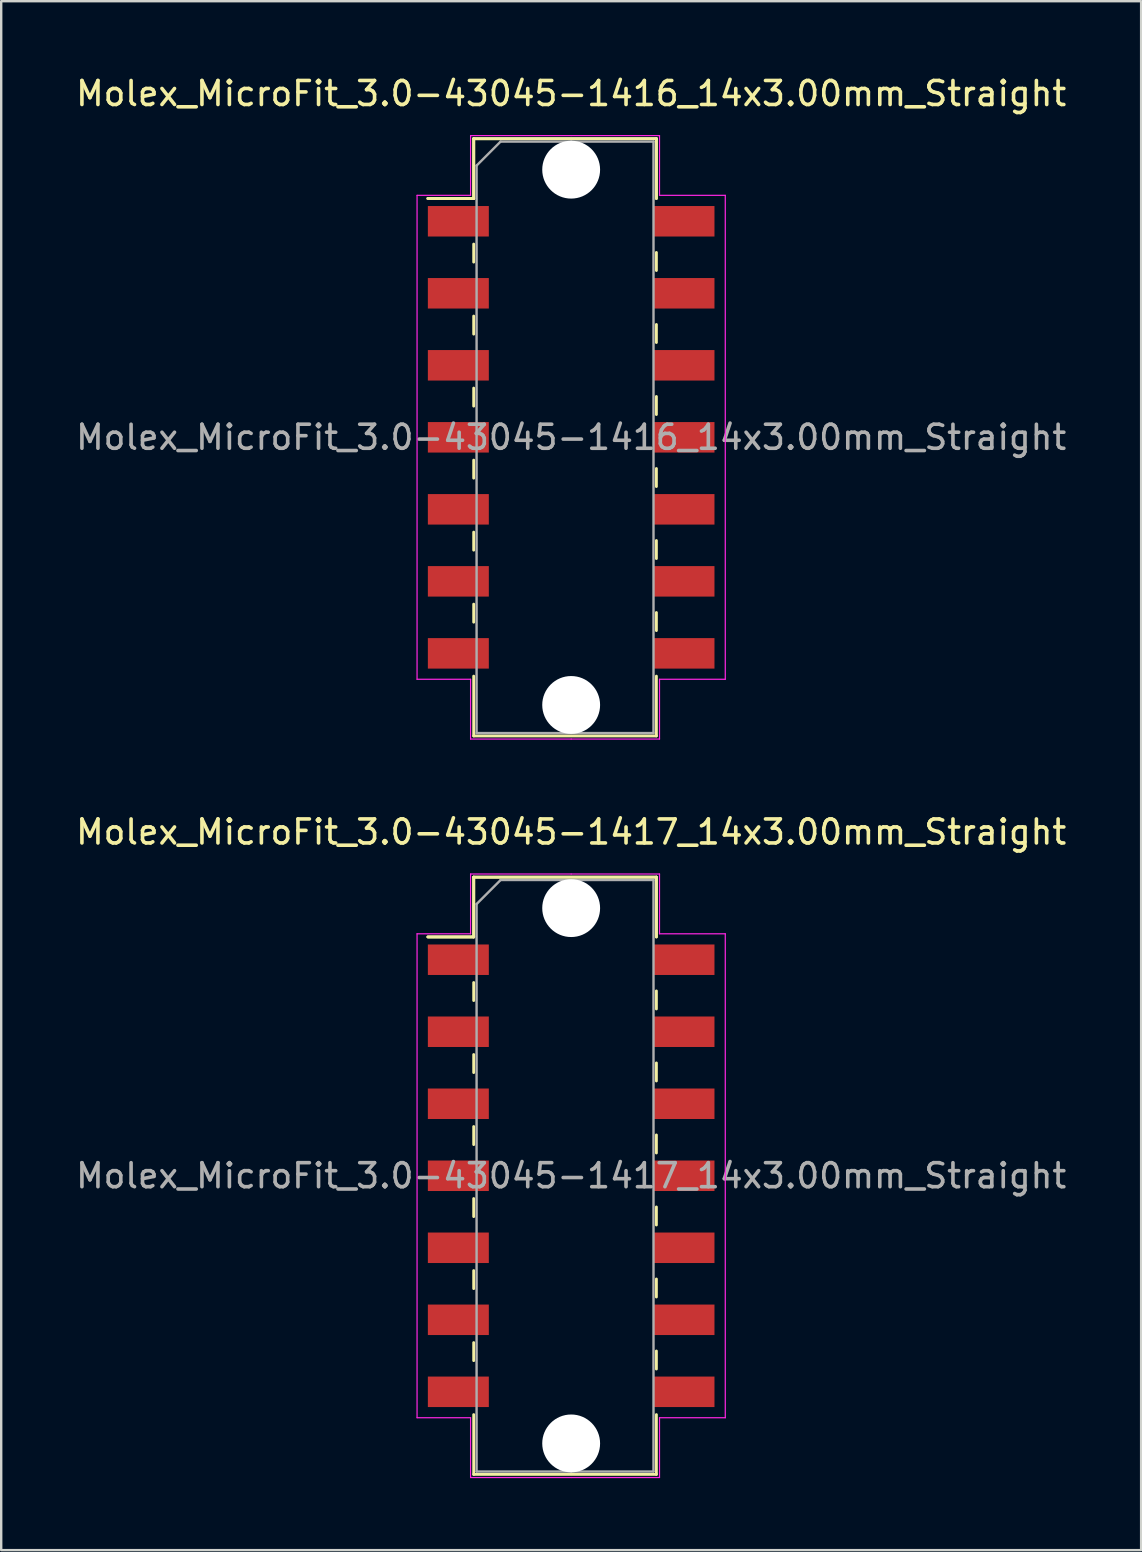
<source format=kicad_pcb>
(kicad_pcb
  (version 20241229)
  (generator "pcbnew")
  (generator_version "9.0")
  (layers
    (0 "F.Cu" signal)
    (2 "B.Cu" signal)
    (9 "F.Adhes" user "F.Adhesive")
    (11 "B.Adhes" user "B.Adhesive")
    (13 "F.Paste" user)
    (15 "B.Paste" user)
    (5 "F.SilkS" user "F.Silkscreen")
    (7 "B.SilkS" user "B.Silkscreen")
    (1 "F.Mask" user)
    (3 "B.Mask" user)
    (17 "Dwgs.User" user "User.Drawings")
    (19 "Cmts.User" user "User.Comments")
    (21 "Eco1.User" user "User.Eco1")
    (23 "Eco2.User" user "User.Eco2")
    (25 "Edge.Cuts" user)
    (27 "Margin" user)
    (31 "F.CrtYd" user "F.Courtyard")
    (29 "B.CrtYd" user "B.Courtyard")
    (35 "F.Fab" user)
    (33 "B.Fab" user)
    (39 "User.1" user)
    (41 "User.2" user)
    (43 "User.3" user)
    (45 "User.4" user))
  (footprint "Molex_MicroFit_3.0-43045-1417_14x3.00mm_Straight"
    (layer "F.Cu")
    (at 20.744 45.931)
    (property "Reference" "Molex_MicroFit_3.0-43045-1417_14x3.00mm_Straight" (at 0 -14.32 0) (layer "F.SilkS") (effects (font (size 1 1) (thickness 0.15))))
    (attr smd)
    (fp_line (start -5.97 -9.95) (end -4.06 -9.95) (stroke (width 0.12) (type solid)) (layer "F.SilkS"))
    (fp_line (start -5.97 -9.95) (end -4.06 -9.95) (stroke (width 0.12) (type solid)) (layer "F.SilkS"))
    (fp_line (start -4.06 -12.44) (end 3.55 -12.44) (stroke (width 0.12) (type solid)) (layer "F.SilkS"))
    (fp_line (start -4.06 -12.44) (end 3.55 -12.44) (stroke (width 0.12) (type solid)) (layer "F.SilkS"))
    (fp_line (start -4.06 -9.95) (end -4.06 -12.44) (stroke (width 0.12) (type solid)) (layer "F.SilkS"))
    (fp_line (start -4.06 -9.95) (end -4.06 -12.44) (stroke (width 0.12) (type solid)) (layer "F.SilkS"))
    (fp_line (start -4.06 -8.05) (end -4.06 -7.3) (stroke (width 0.12) (type solid)) (layer "F.SilkS"))
    (fp_line (start -4.06 -5.05) (end -4.06 -4.3) (stroke (width 0.12) (type solid)) (layer "F.SilkS"))
    (fp_line (start -4.06 -2.05) (end -4.06 -1.3) (stroke (width 0.12) (type solid)) (layer "F.SilkS"))
    (fp_line (start -4.06 0.95) (end -4.06 1.7) (stroke (width 0.12) (type solid)) (layer "F.SilkS"))
    (fp_line (start -4.06 3.95) (end -4.06 4.7) (stroke (width 0.12) (type solid)) (layer "F.SilkS"))
    (fp_line (start -4.06 6.95) (end -4.06 7.7) (stroke (width 0.12) (type solid)) (layer "F.SilkS"))
    (fp_line (start -4.06 12.44) (end -4.06 9.95) (stroke (width 0.12) (type solid)) (layer "F.SilkS"))
    (fp_line (start 3.55 -12.44) (end 3.55 -9.95) (stroke (width 0.12) (type solid)) (layer "F.SilkS"))
    (fp_line (start 3.55 -12.44) (end 3.55 -9.95) (stroke (width 0.12) (type solid)) (layer "F.SilkS"))
    (fp_line (start 3.55 -6.95) (end 3.55 -7.7) (stroke (width 0.12) (type solid)) (layer "F.SilkS"))
    (fp_line (start 3.55 -3.95) (end 3.55 -4.7) (stroke (width 0.12) (type solid)) (layer "F.SilkS"))
    (fp_line (start 3.55 -0.95) (end 3.55 -1.7) (stroke (width 0.12) (type solid)) (layer "F.SilkS"))
    (fp_line (start 3.55 2.05) (end 3.55 1.3) (stroke (width 0.12) (type solid)) (layer "F.SilkS"))
    (fp_line (start 3.55 5.05) (end 3.55 4.3) (stroke (width 0.12) (type solid)) (layer "F.SilkS"))
    (fp_line (start 3.55 8.05) (end 3.55 7.3) (stroke (width 0.12) (type solid)) (layer "F.SilkS"))
    (fp_line (start 3.55 9.95) (end 3.55 12.44) (stroke (width 0.12) (type solid)) (layer "F.SilkS"))
    (fp_line (start 3.55 12.44) (end -4.06 12.44) (stroke (width 0.12) (type solid)) (layer "F.SilkS"))
    (fp_line (start -6.42 -10.08) (end -4.19 -10.08) (stroke (width 0.05) (type solid)) (layer "F.CrtYd"))
    (fp_line (start -6.42 10.08) (end -6.42 -10.08) (stroke (width 0.05) (type solid)) (layer "F.CrtYd"))
    (fp_line (start -4.19 -12.57) (end 0 -12.57) (stroke (width 0.05) (type solid)) (layer "F.CrtYd"))
    (fp_line (start -4.19 -10.08) (end -4.19 -12.57) (stroke (width 0.05) (type solid)) (layer "F.CrtYd"))
    (fp_line (start -4.19 10.08) (end -6.42 10.08) (stroke (width 0.05) (type solid)) (layer "F.CrtYd"))
    (fp_line (start -4.19 12.57) (end -4.19 10.08) (stroke (width 0.05) (type solid)) (layer "F.CrtYd"))
    (fp_line (start 0 -12.57) (end 3.68 -12.57) (stroke (width 0.05) (type solid)) (layer "F.CrtYd"))
    (fp_line (start 0 12.57) (end -4.19 12.57) (stroke (width 0.05) (type solid)) (layer "F.CrtYd"))
    (fp_line (start 3.68 -12.57) (end 3.68 -10.08) (stroke (width 0.05) (type solid)) (layer "F.CrtYd"))
    (fp_line (start 3.68 -10.08) (end 6.42 -10.08) (stroke (width 0.05) (type solid)) (layer "F.CrtYd"))
    (fp_line (start 3.68 10.08) (end 3.68 12.57) (stroke (width 0.05) (type solid)) (layer "F.CrtYd"))
    (fp_line (start 3.68 12.57) (end 0 12.57) (stroke (width 0.05) (type solid)) (layer "F.CrtYd"))
    (fp_line (start 6.42 -10.08) (end 6.42 10.08) (stroke (width 0.05) (type solid)) (layer "F.CrtYd"))
    (fp_line (start 6.42 10.08) (end 3.68 10.08) (stroke (width 0.05) (type solid)) (layer "F.CrtYd"))
    (fp_line (start -3.94 -11.32) (end -2.94 -12.32) (stroke (width 0.1) (type solid)) (layer "F.Fab"))
    (fp_line (start -3.94 12.32) (end -3.94 -11.32) (stroke (width 0.1) (type solid)) (layer "F.Fab"))
    (fp_line (start -2.94 -12.32) (end 0 -12.32) (stroke (width 0.1) (type solid)) (layer "F.Fab"))
    (fp_line (start 0 -12.32) (end 3.43 -12.32) (stroke (width 0.1) (type solid)) (layer "F.Fab"))
    (fp_line (start 0 12.32) (end -3.94 12.32) (stroke (width 0.1) (type solid)) (layer "F.Fab"))
    (fp_line (start 3.43 -12.32) (end 3.43 12.32) (stroke (width 0.1) (type solid)) (layer "F.Fab"))
    (fp_line (start 3.43 12.32) (end 0 12.32) (stroke (width 0.1) (type solid)) (layer "F.Fab"))
    (fp_text user "${REFERENCE}" (at 0 0 0) (layer "F.Fab") (effects (font (size 1 1) (thickness 0.15))))
    (pad "" np_thru_hole circle (at 0 -11.15) (size 2.41 2.41) (drill 2.41) (layers "*.Cu"))
    (pad "" np_thru_hole circle (at 0 11.15) (size 2.41 2.41) (drill 2.41) (layers "*.Cu"))
    (pad "1" smd rect (at -4.7 -9) (size 2.54 1.27) (layers "F.Cu" "F.Mask" "F.Paste"))
    (pad "2" smd rect (at -4.7 -6) (size 2.54 1.27) (layers "F.Cu" "F.Mask" "F.Paste"))
    (pad "3" smd rect (at -4.7 -3) (size 2.54 1.27) (layers "F.Cu" "F.Mask" "F.Paste"))
    (pad "4" smd rect (at -4.7 0) (size 2.54 1.27) (layers "F.Cu" "F.Mask" "F.Paste"))
    (pad "5" smd rect (at -4.7 3) (size 2.54 1.27) (layers "F.Cu" "F.Mask" "F.Paste"))
    (pad "6" smd rect (at -4.7 6) (size 2.54 1.27) (layers "F.Cu" "F.Mask" "F.Paste"))
    (pad "7" smd rect (at -4.7 9) (size 2.54 1.27) (layers "F.Cu" "F.Mask" "F.Paste"))
    (pad "8" smd rect (at 4.7 9) (size 2.54 1.27) (layers "F.Cu" "F.Mask" "F.Paste"))
    (pad "9" smd rect (at 4.7 6) (size 2.54 1.27) (layers "F.Cu" "F.Mask" "F.Paste"))
    (pad "10" smd rect (at 4.7 3) (size 2.54 1.27) (layers "F.Cu" "F.Mask" "F.Paste"))
    (pad "11" smd rect (at 4.7 0) (size 2.54 1.27) (layers "F.Cu" "F.Mask" "F.Paste"))
    (pad "12" smd rect (at 4.7 -3) (size 2.54 1.27) (layers "F.Cu" "F.Mask" "F.Paste"))
    (pad "13" smd rect (at 4.7 -6) (size 2.54 1.27) (layers "F.Cu" "F.Mask" "F.Paste"))
    (pad "14" smd rect (at 4.7 -9) (size 2.54 1.27) (layers "F.Cu" "F.Mask" "F.Paste")))
  (footprint "Molex_MicroFit_3.0-43045-1416_14x3.00mm_Straight"
    (layer "F.Cu")
    (at 20.744 15.168)
    (property "Reference" "Molex_MicroFit_3.0-43045-1416_14x3.00mm_Straight" (at 0 -14.32 0) (layer "F.SilkS") (effects (font (size 1 1) (thickness 0.15))))
    (attr smd)
    (fp_line (start -5.97 -9.95) (end -4.06 -9.95) (stroke (width 0.12) (type solid)) (layer "F.SilkS"))
    (fp_line (start -5.97 -9.95) (end -4.06 -9.95) (stroke (width 0.12) (type solid)) (layer "F.SilkS"))
    (fp_line (start -4.06 -12.44) (end 3.55 -12.44) (stroke (width 0.12) (type solid)) (layer "F.SilkS"))
    (fp_line (start -4.06 -12.44) (end 3.55 -12.44) (stroke (width 0.12) (type solid)) (layer "F.SilkS"))
    (fp_line (start -4.06 -9.95) (end -4.06 -12.44) (stroke (width 0.12) (type solid)) (layer "F.SilkS"))
    (fp_line (start -4.06 -9.95) (end -4.06 -12.44) (stroke (width 0.12) (type solid)) (layer "F.SilkS"))
    (fp_line (start -4.06 -8.05) (end -4.06 -7.3) (stroke (width 0.12) (type solid)) (layer "F.SilkS"))
    (fp_line (start -4.06 -5.05) (end -4.06 -4.3) (stroke (width 0.12) (type solid)) (layer "F.SilkS"))
    (fp_line (start -4.06 -2.05) (end -4.06 -1.3) (stroke (width 0.12) (type solid)) (layer "F.SilkS"))
    (fp_line (start -4.06 0.95) (end -4.06 1.7) (stroke (width 0.12) (type solid)) (layer "F.SilkS"))
    (fp_line (start -4.06 3.95) (end -4.06 4.7) (stroke (width 0.12) (type solid)) (layer "F.SilkS"))
    (fp_line (start -4.06 6.95) (end -4.06 7.7) (stroke (width 0.12) (type solid)) (layer "F.SilkS"))
    (fp_line (start -4.06 12.44) (end -4.06 9.95) (stroke (width 0.12) (type solid)) (layer "F.SilkS"))
    (fp_line (start 3.55 -12.44) (end 3.55 -9.95) (stroke (width 0.12) (type solid)) (layer "F.SilkS"))
    (fp_line (start 3.55 -12.44) (end 3.55 -9.95) (stroke (width 0.12) (type solid)) (layer "F.SilkS"))
    (fp_line (start 3.55 -6.95) (end 3.55 -7.7) (stroke (width 0.12) (type solid)) (layer "F.SilkS"))
    (fp_line (start 3.55 -3.95) (end 3.55 -4.7) (stroke (width 0.12) (type solid)) (layer "F.SilkS"))
    (fp_line (start 3.55 -0.95) (end 3.55 -1.7) (stroke (width 0.12) (type solid)) (layer "F.SilkS"))
    (fp_line (start 3.55 2.05) (end 3.55 1.3) (stroke (width 0.12) (type solid)) (layer "F.SilkS"))
    (fp_line (start 3.55 5.05) (end 3.55 4.3) (stroke (width 0.12) (type solid)) (layer "F.SilkS"))
    (fp_line (start 3.55 8.05) (end 3.55 7.3) (stroke (width 0.12) (type solid)) (layer "F.SilkS"))
    (fp_line (start 3.55 9.95) (end 3.55 12.44) (stroke (width 0.12) (type solid)) (layer "F.SilkS"))
    (fp_line (start 3.55 12.44) (end -4.06 12.44) (stroke (width 0.12) (type solid)) (layer "F.SilkS"))
    (fp_line (start -6.42 -10.08) (end -4.19 -10.08) (stroke (width 0.05) (type solid)) (layer "F.CrtYd"))
    (fp_line (start -6.42 10.08) (end -6.42 -10.08) (stroke (width 0.05) (type solid)) (layer "F.CrtYd"))
    (fp_line (start -4.19 -12.57) (end 0 -12.57) (stroke (width 0.05) (type solid)) (layer "F.CrtYd"))
    (fp_line (start -4.19 -10.08) (end -4.19 -12.57) (stroke (width 0.05) (type solid)) (layer "F.CrtYd"))
    (fp_line (start -4.19 10.08) (end -6.42 10.08) (stroke (width 0.05) (type solid)) (layer "F.CrtYd"))
    (fp_line (start -4.19 12.57) (end -4.19 10.08) (stroke (width 0.05) (type solid)) (layer "F.CrtYd"))
    (fp_line (start 0 -12.57) (end 3.68 -12.57) (stroke (width 0.05) (type solid)) (layer "F.CrtYd"))
    (fp_line (start 0 12.57) (end -4.19 12.57) (stroke (width 0.05) (type solid)) (layer "F.CrtYd"))
    (fp_line (start 3.68 -12.57) (end 3.68 -10.08) (stroke (width 0.05) (type solid)) (layer "F.CrtYd"))
    (fp_line (start 3.68 -10.08) (end 6.42 -10.08) (stroke (width 0.05) (type solid)) (layer "F.CrtYd"))
    (fp_line (start 3.68 10.08) (end 3.68 12.57) (stroke (width 0.05) (type solid)) (layer "F.CrtYd"))
    (fp_line (start 3.68 12.57) (end 0 12.57) (stroke (width 0.05) (type solid)) (layer "F.CrtYd"))
    (fp_line (start 6.42 -10.08) (end 6.42 10.08) (stroke (width 0.05) (type solid)) (layer "F.CrtYd"))
    (fp_line (start 6.42 10.08) (end 3.68 10.08) (stroke (width 0.05) (type solid)) (layer "F.CrtYd"))
    (fp_line (start -3.94 -11.32) (end -2.94 -12.32) (stroke (width 0.1) (type solid)) (layer "F.Fab"))
    (fp_line (start -3.94 12.32) (end -3.94 -11.32) (stroke (width 0.1) (type solid)) (layer "F.Fab"))
    (fp_line (start -2.94 -12.32) (end 0 -12.32) (stroke (width 0.1) (type solid)) (layer "F.Fab"))
    (fp_line (start 0 -12.32) (end 3.43 -12.32) (stroke (width 0.1) (type solid)) (layer "F.Fab"))
    (fp_line (start 0 12.32) (end -3.94 12.32) (stroke (width 0.1) (type solid)) (layer "F.Fab"))
    (fp_line (start 3.43 -12.32) (end 3.43 12.32) (stroke (width 0.1) (type solid)) (layer "F.Fab"))
    (fp_line (start 3.43 12.32) (end 0 12.32) (stroke (width 0.1) (type solid)) (layer "F.Fab"))
    (fp_text user "${REFERENCE}" (at 0 0 0) (layer "F.Fab") (effects (font (size 1 1) (thickness 0.15))))
    (pad "" np_thru_hole circle (at 0 -11.15) (size 2.41 2.41) (drill 2.41) (layers "*.Cu"))
    (pad "" np_thru_hole circle (at 0 11.15) (size 2.41 2.41) (drill 2.41) (layers "*.Cu"))
    (pad "1" smd rect (at -4.7 -9) (size 2.54 1.27) (layers "F.Cu" "F.Mask" "F.Paste"))
    (pad "2" smd rect (at -4.7 -6) (size 2.54 1.27) (layers "F.Cu" "F.Mask" "F.Paste"))
    (pad "3" smd rect (at -4.7 -3) (size 2.54 1.27) (layers "F.Cu" "F.Mask" "F.Paste"))
    (pad "4" smd rect (at -4.7 0) (size 2.54 1.27) (layers "F.Cu" "F.Mask" "F.Paste"))
    (pad "5" smd rect (at -4.7 3) (size 2.54 1.27) (layers "F.Cu" "F.Mask" "F.Paste"))
    (pad "6" smd rect (at -4.7 6) (size 2.54 1.27) (layers "F.Cu" "F.Mask" "F.Paste"))
    (pad "7" smd rect (at -4.7 9) (size 2.54 1.27) (layers "F.Cu" "F.Mask" "F.Paste"))
    (pad "8" smd rect (at 4.7 9) (size 2.54 1.27) (layers "F.Cu" "F.Mask" "F.Paste"))
    (pad "9" smd rect (at 4.7 6) (size 2.54 1.27) (layers "F.Cu" "F.Mask" "F.Paste"))
    (pad "10" smd rect (at 4.7 3) (size 2.54 1.27) (layers "F.Cu" "F.Mask" "F.Paste"))
    (pad "11" smd rect (at 4.7 0) (size 2.54 1.27) (layers "F.Cu" "F.Mask" "F.Paste"))
    (pad "12" smd rect (at 4.7 -3) (size 2.54 1.27) (layers "F.Cu" "F.Mask" "F.Paste"))
    (pad "13" smd rect (at 4.7 -6) (size 2.54 1.27) (layers "F.Cu" "F.Mask" "F.Paste"))
    (pad "14" smd rect (at 4.7 -9) (size 2.54 1.27) (layers "F.Cu" "F.Mask" "F.Paste")))
  (gr_rect
    (start -3 -3)
    (end 44.488 61.526)
    (stroke (width 0.1) (type default))
    (fill no)
    (layer "Edge.Cuts")))
</source>
